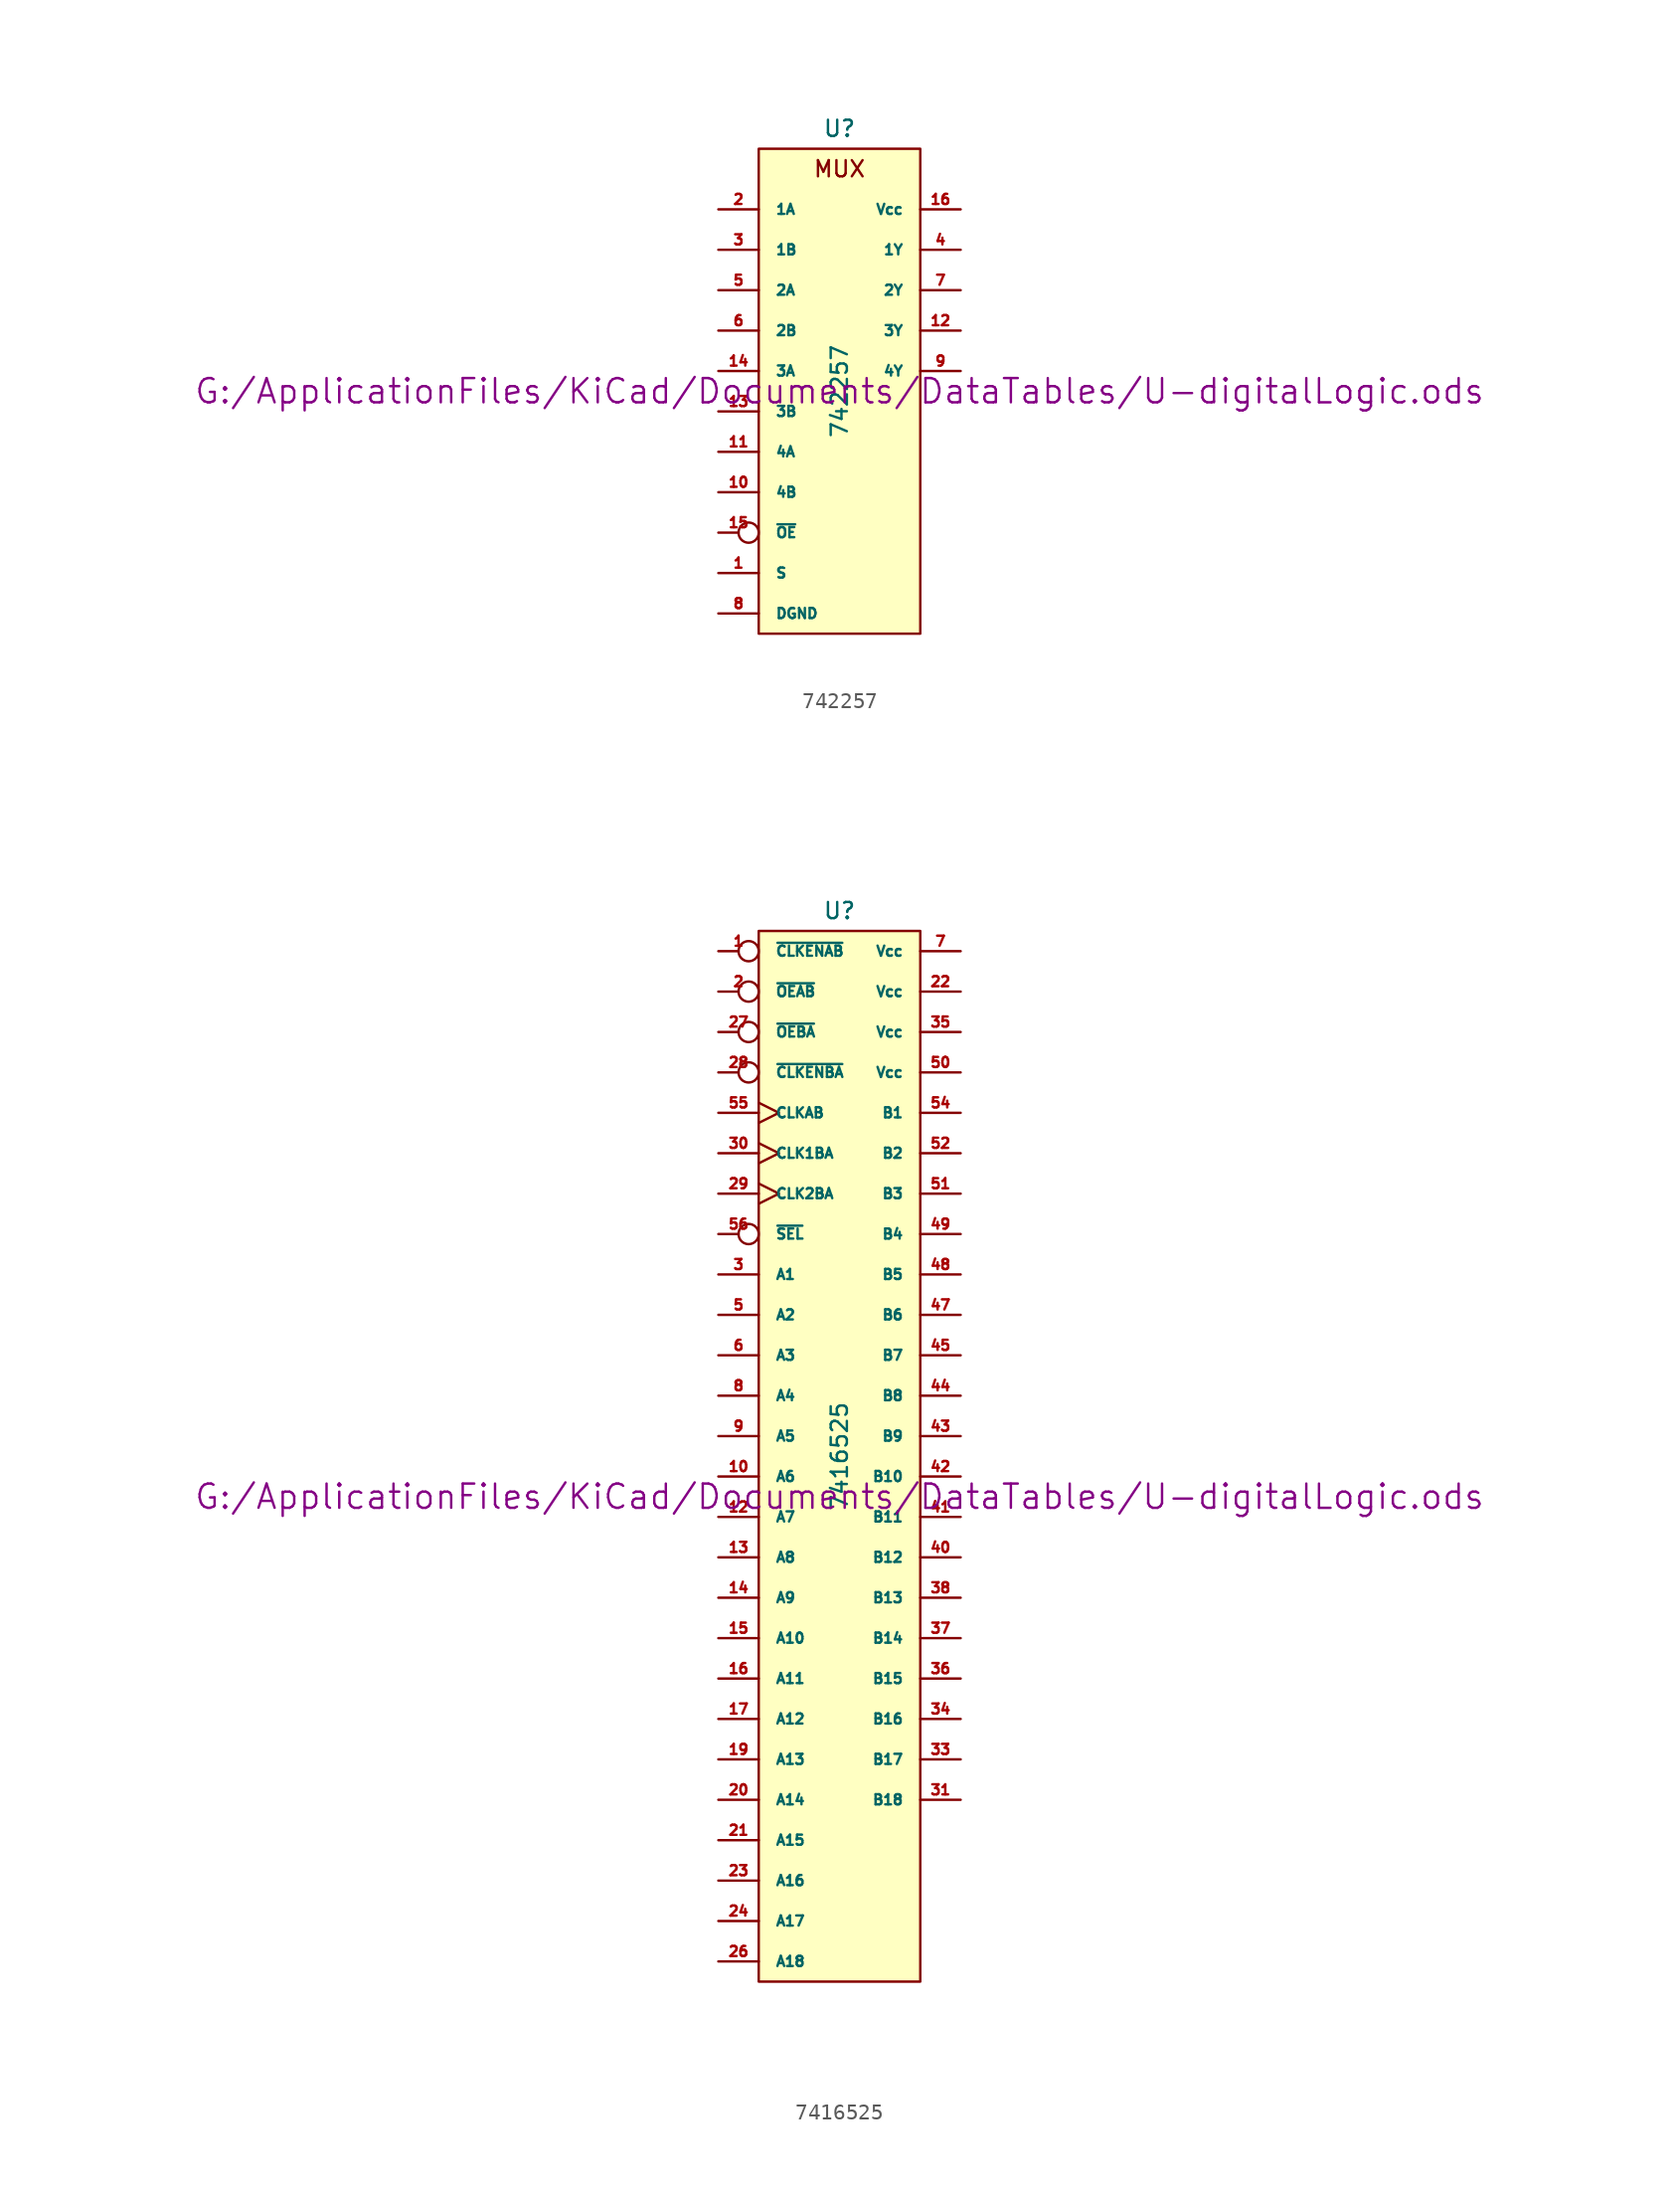
<source format=kicad_sym>
(kicad_symbol_lib
  (version 20211014)
  (generator kicad_symbol_editor)
  (symbol "742257"
    (pin_names
      (offset 1.016))
    (property "Reference" "U"
      (at 0 16.51 0)
      (effects (font (size 1.016 1.016))))
    (property "Value" "742257"
      (at 0 0 90)
      (effects (font (size 1.016 1.016))))
    (property "Footprint" ""
      (at 0 0 0)
      (effects (font (size 1.524 1.524))))
    (property "Datasheet" "G:/ApplicationFiles/KiCad/Documents/DataTables/U-digitalLogic.ods"
      (at 0 0 0)
      (effects (font (size 1.524 1.524))))
    (symbol "742257_0_0"
      (text "MUX" (at 0 13.97 0) (effects (font (size 1.016 1.016)))))
    (symbol "742257_0_1"
      (rectangle (start -5.08 15.24) (end 5.08 -15.24) (stroke (width 0) (type default) (color 0 0 0 0)) (fill (type background))))
    (symbol "742257_1_1"
      (pin input line (at -7.62 -11.43 0) (length 2.54) (name "S" (effects (font (size 0.635 0.635)))) (number "1" (effects (font (size 0.635 0.635)))))
      (pin input line (at -7.62 -6.35 0) (length 2.54) (name "4B" (effects (font (size 0.635 0.635)))) (number "10" (effects (font (size 0.635 0.635)))))
      (pin input line (at -7.62 -3.81 0) (length 2.54) (name "4A" (effects (font (size 0.635 0.635)))) (number "11" (effects (font (size 0.635 0.635)))))
      (pin tri_state line (at 7.62 3.81 180) (length 2.54) (name "3Y" (effects (font (size 0.635 0.635)))) (number "12" (effects (font (size 0.635 0.635)))))
      (pin input line (at -7.62 -1.27 0) (length 2.54) (name "3B" (effects (font (size 0.635 0.635)))) (number "13" (effects (font (size 0.635 0.635)))))
      (pin input line (at -7.62 1.27 0) (length 2.54) (name "3A" (effects (font (size 0.635 0.635)))) (number "14" (effects (font (size 0.635 0.635)))))
      (pin input inverted (at -7.62 -8.89 0) (length 2.54) (name "~{OE}" (effects (font (size 0.635 0.635)))) (number "15" (effects (font (size 0.635 0.635)))))
      (pin power_in line (at 7.62 11.43 180) (length 2.54) (name "Vcc" (effects (font (size 0.635 0.635)))) (number "16" (effects (font (size 0.635 0.635)))))
      (pin input line (at -7.62 11.43 0) (length 2.54) (name "1A" (effects (font (size 0.635 0.635)))) (number "2" (effects (font (size 0.635 0.635)))))
      (pin input line (at -7.62 8.89 0) (length 2.54) (name "1B" (effects (font (size 0.635 0.635)))) (number "3" (effects (font (size 0.635 0.635)))))
      (pin tri_state line (at 7.62 8.89 180) (length 2.54) (name "1Y" (effects (font (size 0.635 0.635)))) (number "4" (effects (font (size 0.635 0.635)))))
      (pin input line (at -7.62 6.35 0) (length 2.54) (name "2A" (effects (font (size 0.635 0.635)))) (number "5" (effects (font (size 0.635 0.635)))))
      (pin input line (at -7.62 3.81 0) (length 2.54) (name "2B" (effects (font (size 0.635 0.635)))) (number "6" (effects (font (size 0.635 0.635)))))
      (pin tri_state line (at 7.62 6.35 180) (length 2.54) (name "2Y" (effects (font (size 0.635 0.635)))) (number "7" (effects (font (size 0.635 0.635)))))
      (pin power_in line (at -7.62 -13.97 0) (length 2.54) (name "DGND" (effects (font (size 0.635 0.635)))) (number "8" (effects (font (size 0.635 0.635)))))
      (pin tri_state line (at 7.62 1.27 180) (length 2.54) (name "4Y" (effects (font (size 0.635 0.635)))) (number "9" (effects (font (size 0.635 0.635)))))))
  (symbol "7416525"
    (pin_names
      (offset 1.016))
    (property "Reference" "U"
      (at 0 34.29 0)
      (effects (font (size 1.016 1.016))))
    (property "Value" "7416525"
      (at 0 0 90)
      (effects (font (size 1.016 1.016))))
    (property "Footprint" ""
      (at 0 -2.54 0)
      (effects (font (size 1.524 1.524))))
    (property "Datasheet" "G:/ApplicationFiles/KiCad/Documents/DataTables/U-digitalLogic.ods"
      (at 0 -2.54 0)
      (effects (font (size 1.524 1.524))))
    (symbol "7416525_0_1"
      (rectangle (start -5.08 33.02) (end 5.08 -33.02) (stroke (width 0) (type default) (color 0 0 0 0)) (fill (type background))))
    (symbol "7416525_1_0"
      (pin power_in line (at -3.81 -33.02 270) (length 0) hide (name "DGND" (effects (font (size 0.762 0.762)))) (number "11" (effects (font (size 0.762 0.762)))))
      (pin power_in line (at -2.54 -33.02 270) (length 0) hide (name "DGND" (effects (font (size 0.762 0.762)))) (number "18" (effects (font (size 0.762 0.762)))))
      (pin power_in line (at -1.27 -33.02 270) (length 0) hide (name "DGND" (effects (font (size 0.762 0.762)))) (number "25" (effects (font (size 0.762 0.762)))))
      (pin power_in line (at 0 -33.02 270) (length 0) hide (name "DGND" (effects (font (size 0.762 0.762)))) (number "32" (effects (font (size 0.762 0.762)))))
      (pin power_in line (at 1.27 -33.02 270) (length 0) hide (name "DGND" (effects (font (size 0.762 0.762)))) (number "39" (effects (font (size 0.762 0.762)))))
      (pin power_in line (at -5.08 -33.02 270) (length 0) hide (name "DGND" (effects (font (size 0.762 0.762)))) (number "4" (effects (font (size 0.762 0.762)))))
      (pin power_in line (at 2.54 -33.02 270) (length 0) hide (name "DGND" (effects (font (size 0.762 0.762)))) (number "46" (effects (font (size 0.762 0.762)))))
      (pin power_in line (at 3.81 -33.02 270) (length 0) hide (name "DGND" (effects (font (size 0.762 0.762)))) (number "53" (effects (font (size 0.762 0.762))))))
    (symbol "7416525_1_1"
      (pin input inverted (at -7.62 31.75 0) (length 2.54) (name "~{CLKENAB}" (effects (font (size 0.635 0.635)))) (number "1" (effects (font (size 0.635 0.635)))))
      (pin bidirectional line (at -7.62 -1.27 0) (length 2.54) (name "A6" (effects (font (size 0.635 0.635)))) (number "10" (effects (font (size 0.635 0.635)))))
      (pin bidirectional line (at -7.62 -3.81 0) (length 2.54) (name "A7" (effects (font (size 0.635 0.635)))) (number "12" (effects (font (size 0.635 0.635)))))
      (pin bidirectional line (at -7.62 -6.35 0) (length 2.54) (name "A8" (effects (font (size 0.635 0.635)))) (number "13" (effects (font (size 0.635 0.635)))))
      (pin bidirectional line (at -7.62 -8.89 0) (length 2.54) (name "A9" (effects (font (size 0.635 0.635)))) (number "14" (effects (font (size 0.635 0.635)))))
      (pin bidirectional line (at -7.62 -11.43 0) (length 2.54) (name "A10" (effects (font (size 0.635 0.635)))) (number "15" (effects (font (size 0.635 0.635)))))
      (pin bidirectional line (at -7.62 -13.97 0) (length 2.54) (name "A11" (effects (font (size 0.635 0.635)))) (number "16" (effects (font (size 0.635 0.635)))))
      (pin bidirectional line (at -7.62 -16.51 0) (length 2.54) (name "A12" (effects (font (size 0.635 0.635)))) (number "17" (effects (font (size 0.635 0.635)))))
      (pin bidirectional line (at -7.62 -19.05 0) (length 2.54) (name "A13" (effects (font (size 0.635 0.635)))) (number "19" (effects (font (size 0.635 0.635)))))
      (pin input inverted (at -7.62 29.21 0) (length 2.54) (name "~{OEAB}" (effects (font (size 0.635 0.635)))) (number "2" (effects (font (size 0.635 0.635)))))
      (pin bidirectional line (at -7.62 -21.59 0) (length 2.54) (name "A14" (effects (font (size 0.635 0.635)))) (number "20" (effects (font (size 0.635 0.635)))))
      (pin bidirectional line (at -7.62 -24.13 0) (length 2.54) (name "A15" (effects (font (size 0.635 0.635)))) (number "21" (effects (font (size 0.635 0.635)))))
      (pin power_in line (at 7.62 29.21 180) (length 2.54) (name "Vcc" (effects (font (size 0.635 0.635)))) (number "22" (effects (font (size 0.635 0.635)))))
      (pin bidirectional line (at -7.62 -26.67 0) (length 2.54) (name "A16" (effects (font (size 0.635 0.635)))) (number "23" (effects (font (size 0.635 0.635)))))
      (pin bidirectional line (at -7.62 -29.21 0) (length 2.54) (name "A17" (effects (font (size 0.635 0.635)))) (number "24" (effects (font (size 0.635 0.635)))))
      (pin bidirectional line (at -7.62 -31.75 0) (length 2.54) (name "A18" (effects (font (size 0.635 0.635)))) (number "26" (effects (font (size 0.635 0.635)))))
      (pin input inverted (at -7.62 26.67 0) (length 2.54) (name "~{OEBA}" (effects (font (size 0.635 0.635)))) (number "27" (effects (font (size 0.635 0.635)))))
      (pin input inverted (at -7.62 24.13 0) (length 2.54) (name "~{CLKENBA}" (effects (font (size 0.635 0.635)))) (number "28" (effects (font (size 0.635 0.635)))))
      (pin input clock (at -7.62 16.51 0) (length 2.54) (name "CLK2BA" (effects (font (size 0.635 0.635)))) (number "29" (effects (font (size 0.635 0.635)))))
      (pin bidirectional line (at -7.62 11.43 0) (length 2.54) (name "A1" (effects (font (size 0.635 0.635)))) (number "3" (effects (font (size 0.635 0.635)))))
      (pin input clock (at -7.62 19.05 0) (length 2.54) (name "CLK1BA" (effects (font (size 0.635 0.635)))) (number "30" (effects (font (size 0.635 0.635)))))
      (pin bidirectional line (at 7.62 -21.59 180) (length 2.54) (name "B18" (effects (font (size 0.635 0.635)))) (number "31" (effects (font (size 0.635 0.635)))))
      (pin bidirectional line (at 7.62 -19.05 180) (length 2.54) (name "B17" (effects (font (size 0.635 0.635)))) (number "33" (effects (font (size 0.635 0.635)))))
      (pin bidirectional line (at 7.62 -16.51 180) (length 2.54) (name "B16" (effects (font (size 0.635 0.635)))) (number "34" (effects (font (size 0.635 0.635)))))
      (pin power_in line (at 7.62 26.67 180) (length 2.54) (name "Vcc" (effects (font (size 0.635 0.635)))) (number "35" (effects (font (size 0.635 0.635)))))
      (pin bidirectional line (at 7.62 -13.97 180) (length 2.54) (name "B15" (effects (font (size 0.635 0.635)))) (number "36" (effects (font (size 0.635 0.635)))))
      (pin bidirectional line (at 7.62 -11.43 180) (length 2.54) (name "B14" (effects (font (size 0.635 0.635)))) (number "37" (effects (font (size 0.635 0.635)))))
      (pin bidirectional line (at 7.62 -8.89 180) (length 2.54) (name "B13" (effects (font (size 0.635 0.635)))) (number "38" (effects (font (size 0.635 0.635)))))
      (pin bidirectional line (at 7.62 -6.35 180) (length 2.54) (name "B12" (effects (font (size 0.635 0.635)))) (number "40" (effects (font (size 0.635 0.635)))))
      (pin bidirectional line (at 7.62 -3.81 180) (length 2.54) (name "B11" (effects (font (size 0.635 0.635)))) (number "41" (effects (font (size 0.635 0.635)))))
      (pin bidirectional line (at 7.62 -1.27 180) (length 2.54) (name "B10" (effects (font (size 0.635 0.635)))) (number "42" (effects (font (size 0.635 0.635)))))
      (pin bidirectional line (at 7.62 1.27 180) (length 2.54) (name "B9" (effects (font (size 0.635 0.635)))) (number "43" (effects (font (size 0.635 0.635)))))
      (pin bidirectional line (at 7.62 3.81 180) (length 2.54) (name "B8" (effects (font (size 0.635 0.635)))) (number "44" (effects (font (size 0.635 0.635)))))
      (pin bidirectional line (at 7.62 6.35 180) (length 2.54) (name "B7" (effects (font (size 0.635 0.635)))) (number "45" (effects (font (size 0.635 0.635)))))
      (pin bidirectional line (at 7.62 8.89 180) (length 2.54) (name "B6" (effects (font (size 0.635 0.635)))) (number "47" (effects (font (size 0.635 0.635)))))
      (pin bidirectional line (at 7.62 11.43 180) (length 2.54) (name "B5" (effects (font (size 0.635 0.635)))) (number "48" (effects (font (size 0.635 0.635)))))
      (pin bidirectional line (at 7.62 13.97 180) (length 2.54) (name "B4" (effects (font (size 0.635 0.635)))) (number "49" (effects (font (size 0.635 0.635)))))
      (pin bidirectional line (at -7.62 8.89 0) (length 2.54) (name "A2" (effects (font (size 0.635 0.635)))) (number "5" (effects (font (size 0.635 0.635)))))
      (pin power_in line (at 7.62 24.13 180) (length 2.54) (name "Vcc" (effects (font (size 0.635 0.635)))) (number "50" (effects (font (size 0.635 0.635)))))
      (pin bidirectional line (at 7.62 16.51 180) (length 2.54) (name "B3" (effects (font (size 0.635 0.635)))) (number "51" (effects (font (size 0.635 0.635)))))
      (pin bidirectional line (at 7.62 19.05 180) (length 2.54) (name "B2" (effects (font (size 0.635 0.635)))) (number "52" (effects (font (size 0.635 0.635)))))
      (pin bidirectional line (at 7.62 21.59 180) (length 2.54) (name "B1" (effects (font (size 0.635 0.635)))) (number "54" (effects (font (size 0.635 0.635)))))
      (pin input clock (at -7.62 21.59 0) (length 2.54) (name "CLKAB" (effects (font (size 0.635 0.635)))) (number "55" (effects (font (size 0.635 0.635)))))
      (pin input inverted (at -7.62 13.97 0) (length 2.54) (name "~{SEL}" (effects (font (size 0.635 0.635)))) (number "56" (effects (font (size 0.635 0.635)))))
      (pin bidirectional line (at -7.62 6.35 0) (length 2.54) (name "A3" (effects (font (size 0.635 0.635)))) (number "6" (effects (font (size 0.635 0.635)))))
      (pin power_in line (at 7.62 31.75 180) (length 2.54) (name "Vcc" (effects (font (size 0.635 0.635)))) (number "7" (effects (font (size 0.635 0.635)))))
      (pin bidirectional line (at -7.62 3.81 0) (length 2.54) (name "A4" (effects (font (size 0.635 0.635)))) (number "8" (effects (font (size 0.635 0.635)))))
      (pin bidirectional line (at -7.62 1.27 0) (length 2.54) (name "A5" (effects (font (size 0.635 0.635)))) (number "9" (effects (font (size 0.635 0.635))))))))
</source>
